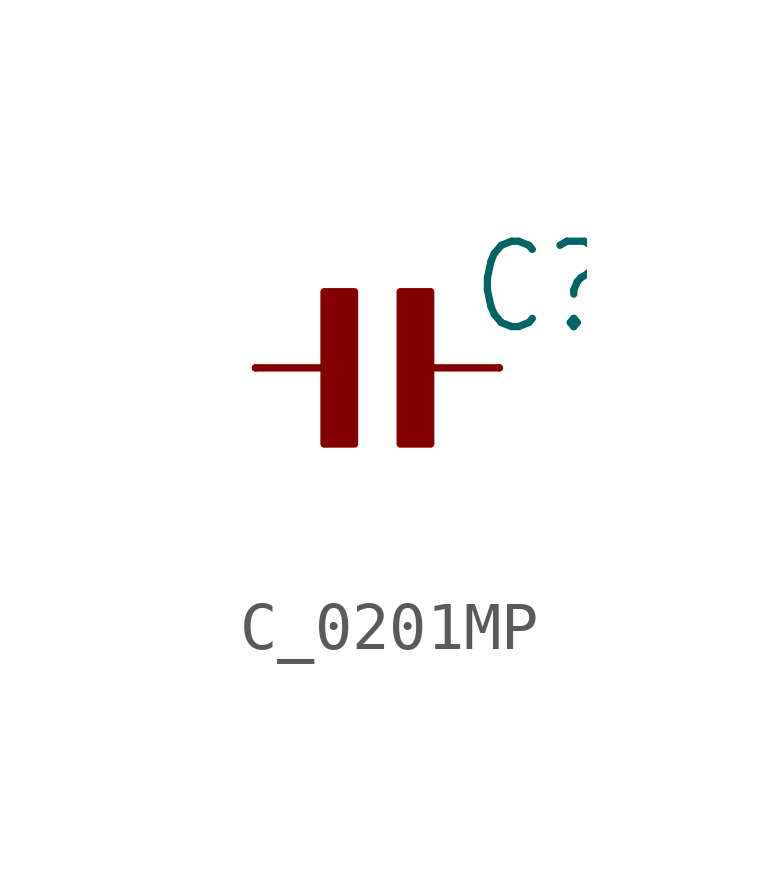
<source format=kicad_sym>
(kicad_symbol_lib
  (version 20231120)
  (generator "kicad_symbol_editor")
  (generator_version "8.0")
  (symbol "C_0201MP"
    (property "Reference" "C"
      (at 1.905 0.635 0)
      (effects (font (size 1.778 1.511)) (justify left bottom)))
    (property "Value" ""
      (at -3.175 -3.81 0)
      (effects (font (size 1.778 1.511)) (justify left bottom)))
    (property "ki_locked" ""
      (at 0 0 0)
      (effects (font (size 1.27 1.27))))
    (symbol "C_0201MP_1_0"
      (rectangle (start -1.111 -1.587) (end -0.476 1.587) (stroke (width 0) (type default)) (fill (type outline)))
      (polyline (pts (xy -2.54 0) (xy -0.635 0)) (stroke (width 0.152) (type solid)) (fill (type none)))
      (polyline (pts (xy 2.54 0) (xy 0.635 0)) (stroke (width 0.152) (type solid)) (fill (type none)))
      (rectangle (start 0.476 -1.587) (end 1.111 1.587) (stroke (width 0) (type default)) (fill (type outline)))
      (pin passive line (at -2.54 0 0) (length 0) (name "1" (effects (font (size 0 0)))) (number "1" (effects (font (size 0 0)))))
      (pin passive line (at 2.54 0 180) (length 0) (name "2" (effects (font (size 0 0)))) (number "2" (effects (font (size 0 0))))))))
</source>
